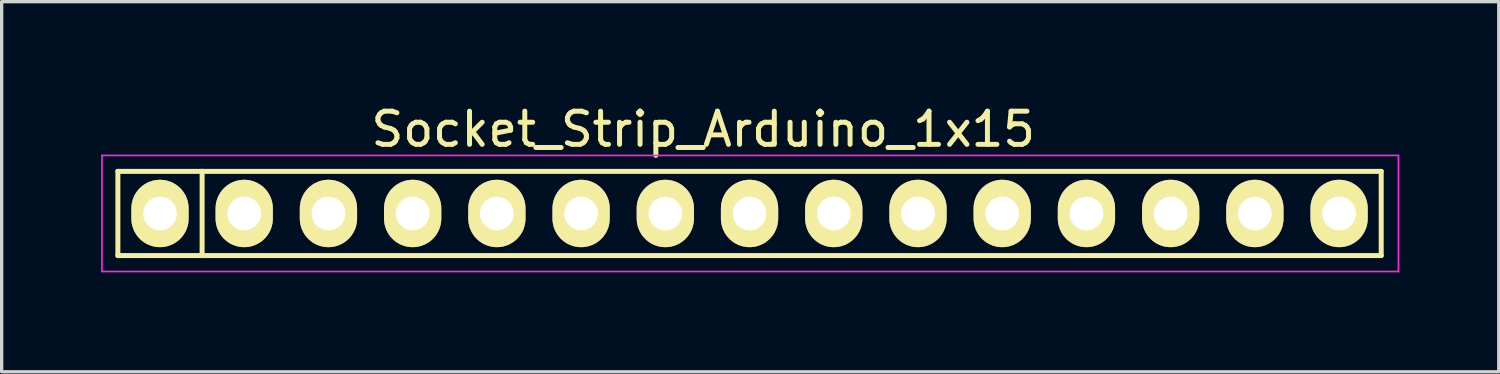
<source format=kicad_pcb>
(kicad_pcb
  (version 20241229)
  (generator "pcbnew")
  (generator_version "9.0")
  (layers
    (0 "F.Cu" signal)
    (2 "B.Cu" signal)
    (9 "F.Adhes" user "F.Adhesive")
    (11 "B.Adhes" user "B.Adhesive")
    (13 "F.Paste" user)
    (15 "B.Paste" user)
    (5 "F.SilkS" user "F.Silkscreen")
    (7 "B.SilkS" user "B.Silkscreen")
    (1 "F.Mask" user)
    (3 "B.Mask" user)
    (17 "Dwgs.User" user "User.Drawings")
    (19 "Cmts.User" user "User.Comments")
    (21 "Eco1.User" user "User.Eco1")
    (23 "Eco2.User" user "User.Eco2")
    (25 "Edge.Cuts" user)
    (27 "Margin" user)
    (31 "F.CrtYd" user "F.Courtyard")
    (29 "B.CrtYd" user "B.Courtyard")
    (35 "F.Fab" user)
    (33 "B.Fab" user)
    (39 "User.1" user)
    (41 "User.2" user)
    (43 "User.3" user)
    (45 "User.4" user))
  (footprint "Socket_Strip_Arduino_1x15"
    (layer "F.Cu")
    (at 1.775 3.388)
    (property "Reference" "Socket_Strip_Arduino_1x15" (at 16.383 -2.54 0) (layer "F.SilkS") (effects (font (size 1 1) (thickness 0.15))))
    (attr through_hole)
    (fp_line (start -1.27 -1.27) (end -1.27 1.27) (stroke (width 0.15) (type solid)) (layer "F.SilkS"))
    (fp_line (start -1.27 1.27) (end 1.27 1.27) (stroke (width 0.15) (type solid)) (layer "F.SilkS"))
    (fp_line (start 1.27 -1.27) (end -1.27 -1.27) (stroke (width 0.15) (type solid)) (layer "F.SilkS"))
    (fp_line (start 1.27 -1.27) (end 36.83 -1.27) (stroke (width 0.15) (type solid)) (layer "F.SilkS"))
    (fp_line (start 1.27 1.27) (end 1.27 -1.27) (stroke (width 0.15) (type solid)) (layer "F.SilkS"))
    (fp_line (start 36.83 -1.27) (end 36.83 1.27) (stroke (width 0.15) (type solid)) (layer "F.SilkS"))
    (fp_line (start 36.83 1.27) (end 1.27 1.27) (stroke (width 0.15) (type solid)) (layer "F.SilkS"))
    (fp_line (start -1.75 -1.75) (end -1.75 1.75) (stroke (width 0.05) (type solid)) (layer "F.CrtYd"))
    (fp_line (start -1.75 -1.75) (end 37.35 -1.75) (stroke (width 0.05) (type solid)) (layer "F.CrtYd"))
    (fp_line (start -1.75 1.75) (end 37.35 1.75) (stroke (width 0.05) (type solid)) (layer "F.CrtYd"))
    (fp_line (start 37.35 -1.75) (end 37.35 1.75) (stroke (width 0.05) (type solid)) (layer "F.CrtYd"))
    (pad "1" thru_hole oval (at 0 0) (size 1.727 2.032) (drill 1.016) (layers "*.Cu" "*.Mask" "F.SilkS"))
    (pad "2" thru_hole oval (at 2.54 0) (size 1.727 2.032) (drill 1.016) (layers "*.Cu" "*.Mask" "F.SilkS"))
    (pad "3" thru_hole oval (at 5.08 0) (size 1.727 2.032) (drill 1.016) (layers "*.Cu" "*.Mask" "F.SilkS"))
    (pad "4" thru_hole oval (at 7.62 0) (size 1.727 2.032) (drill 1.016) (layers "*.Cu" "*.Mask" "F.SilkS"))
    (pad "5" thru_hole oval (at 10.16 0) (size 1.727 2.032) (drill 1.016) (layers "*.Cu" "*.Mask" "F.SilkS"))
    (pad "6" thru_hole oval (at 12.7 0) (size 1.727 2.032) (drill 1.016) (layers "*.Cu" "*.Mask" "F.SilkS"))
    (pad "7" thru_hole oval (at 15.24 0) (size 1.727 2.032) (drill 1.016) (layers "*.Cu" "*.Mask" "F.SilkS"))
    (pad "8" thru_hole oval (at 17.78 0) (size 1.727 2.032) (drill 1.016) (layers "*.Cu" "*.Mask" "F.SilkS"))
    (pad "9" thru_hole oval (at 20.32 0) (size 1.727 2.032) (drill 1.016) (layers "*.Cu" "*.Mask" "F.SilkS"))
    (pad "10" thru_hole oval (at 22.86 0) (size 1.727 2.032) (drill 1.016) (layers "*.Cu" "*.Mask" "F.SilkS"))
    (pad "11" thru_hole oval (at 25.4 0) (size 1.727 2.032) (drill 1.016) (layers "*.Cu" "*.Mask" "F.SilkS"))
    (pad "12" thru_hole oval (at 27.94 0) (size 1.727 2.032) (drill 1.016) (layers "*.Cu" "*.Mask" "F.SilkS"))
    (pad "13" thru_hole oval (at 30.48 0) (size 1.727 2.032) (drill 1.016) (layers "*.Cu" "*.Mask" "F.SilkS"))
    (pad "14" thru_hole oval (at 33.02 0) (size 1.727 2.032) (drill 1.016) (layers "*.Cu" "*.Mask" "F.SilkS"))
    (pad "15" thru_hole oval (at 35.56 0) (size 1.727 2.032) (drill 1.016) (layers "*.Cu" "*.Mask" "F.SilkS")))
  (gr_rect
    (start -3 -3)
    (end 42.15 8.163)
    (stroke (width 0.1) (type default))
    (fill no)
    (layer "Edge.Cuts")))
</source>
